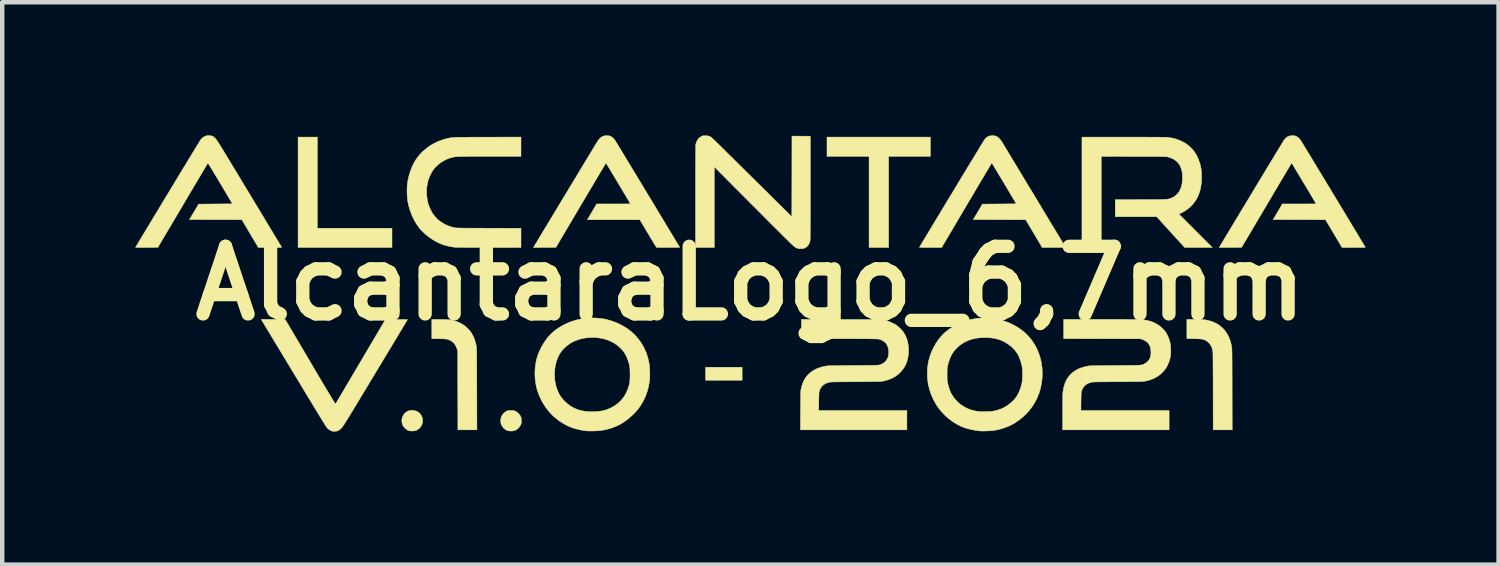
<source format=kicad_pcb>
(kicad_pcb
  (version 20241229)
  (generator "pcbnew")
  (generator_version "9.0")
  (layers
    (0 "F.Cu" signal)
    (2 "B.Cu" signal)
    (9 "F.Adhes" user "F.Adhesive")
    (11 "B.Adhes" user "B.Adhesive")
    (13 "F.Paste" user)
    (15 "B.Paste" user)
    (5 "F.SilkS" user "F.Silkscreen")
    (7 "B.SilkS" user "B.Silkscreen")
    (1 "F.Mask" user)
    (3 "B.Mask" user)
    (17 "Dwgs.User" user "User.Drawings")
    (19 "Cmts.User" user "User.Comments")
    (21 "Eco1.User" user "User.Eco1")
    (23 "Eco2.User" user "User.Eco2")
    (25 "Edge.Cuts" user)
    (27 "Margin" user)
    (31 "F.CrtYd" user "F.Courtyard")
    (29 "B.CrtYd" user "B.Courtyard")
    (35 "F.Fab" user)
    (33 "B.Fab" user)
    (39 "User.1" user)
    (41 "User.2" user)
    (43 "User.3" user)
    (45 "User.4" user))
  (footprint "AlcantaraLogo_6,7mm"
    (layer "F.Cu")
    (at 13.862 3.336)
    (property "Reference" "AlcantaraLogo_6,7mm" (at 0 0 0) (layer "F.SilkS") (effects (font (size 1.524 1.524) (thickness 0.3))))
    (attr through_hole)
    (fp_poly (pts (xy -0.186 2.184) (xy -1.01 2.184) (xy -1.01 1.891) (xy -0.186 1.891) (xy -0.186 2.184)) (stroke (width 0.01) (type solid)) (fill yes) (layer "F.SilkS"))
    (fp_poly (pts (xy -9.759 -1.242) (xy -8.077 -1.242) (xy -8.077 -0.807) (xy -10.194 -0.807) (xy -10.194 -3.296) (xy -9.759 -3.296) (xy -9.759 -1.242)) (stroke (width 0.01) (type solid)) (fill yes) (layer "F.SilkS"))
    (fp_poly (pts (xy 4.058 -2.862) (xy 3.116 -2.862) (xy 3.116 -0.807) (xy 2.675 -0.807) (xy 2.675 -2.862) (xy 1.727 -2.862) (xy 1.727 -3.296) (xy 4.058 -3.296) (xy 4.058 -2.862)) (stroke (width 0.01) (type solid)) (fill yes) (layer "F.SilkS"))
    (fp_poly (pts (xy -7.571 2.867) (xy -7.523 2.882) (xy -7.481 2.906) (xy -7.445 2.938) (xy -7.417 2.977) (xy -7.397 3.023) (xy -7.389 3.059) (xy -7.386 3.11) (xy -7.394 3.159) (xy -7.412 3.204) (xy -7.439 3.245) (xy -7.474 3.279) (xy -7.516 3.306) (xy -7.538 3.316) (xy -7.555 3.322) (xy -7.574 3.326) (xy -7.597 3.327) (xy -7.61 3.328) (xy -7.636 3.328) (xy -7.66 3.327) (xy -7.679 3.325) (xy -7.684 3.324) (xy -7.722 3.31) (xy -7.759 3.286) (xy -7.793 3.256) (xy -7.821 3.221) (xy -7.831 3.204) (xy -7.848 3.16) (xy -7.856 3.112) (xy -7.854 3.063) (xy -7.843 3.016) (xy -7.822 2.973) (xy -7.805 2.948) (xy -7.769 2.911) (xy -7.73 2.885) (xy -7.686 2.869) (xy -7.637 2.862) (xy -7.623 2.862) (xy -7.571 2.867)) (stroke (width 0.01) (type solid)) (fill yes) (layer "F.SilkS"))
    (fp_poly (pts (xy -5.367 2.865) (xy -5.347 2.866) (xy -5.331 2.868) (xy -5.317 2.872) (xy -5.301 2.879) (xy -5.294 2.882) (xy -5.253 2.908) (xy -5.217 2.941) (xy -5.188 2.981) (xy -5.179 2.997) (xy -5.172 3.014) (xy -5.166 3.029) (xy -5.164 3.044) (xy -5.162 3.063) (xy -5.162 3.089) (xy -5.162 3.096) (xy -5.162 3.124) (xy -5.163 3.144) (xy -5.166 3.16) (xy -5.17 3.174) (xy -5.177 3.189) (xy -5.18 3.195) (xy -5.202 3.231) (xy -5.23 3.264) (xy -5.262 3.291) (xy -5.274 3.299) (xy -5.314 3.317) (xy -5.359 3.327) (xy -5.407 3.329) (xy -5.453 3.324) (xy -5.474 3.318) (xy -5.515 3.3) (xy -5.552 3.272) (xy -5.583 3.235) (xy -5.608 3.193) (xy -5.616 3.175) (xy -5.624 3.142) (xy -5.627 3.104) (xy -5.626 3.064) (xy -5.619 3.028) (xy -5.619 3.025) (xy -5.6 2.981) (xy -5.572 2.941) (xy -5.537 2.907) (xy -5.496 2.881) (xy -5.493 2.88) (xy -5.478 2.873) (xy -5.464 2.869) (xy -5.448 2.866) (xy -5.428 2.865) (xy -5.399 2.865) (xy -5.396 2.865) (xy -5.367 2.865)) (stroke (width 0.01) (type solid)) (fill yes) (layer "F.SilkS"))
    (fp_poly (pts (xy -6.989 0.814) (xy -6.931 0.815) (xy -6.883 0.816) (xy -6.844 0.818) (xy -6.812 0.819) (xy -6.786 0.821) (xy -6.765 0.824) (xy -6.749 0.826) (xy -6.658 0.848) (xy -6.575 0.878) (xy -6.5 0.916) (xy -6.432 0.961) (xy -6.371 1.016) (xy -6.316 1.078) (xy -6.29 1.115) (xy -6.251 1.183) (xy -6.218 1.259) (xy -6.193 1.343) (xy -6.179 1.403) (xy -6.178 1.411) (xy -6.176 1.419) (xy -6.175 1.427) (xy -6.174 1.437) (xy -6.173 1.448) (xy -6.172 1.461) (xy -6.171 1.476) (xy -6.17 1.495) (xy -6.17 1.517) (xy -6.169 1.544) (xy -6.168 1.576) (xy -6.168 1.612) (xy -6.168 1.655) (xy -6.167 1.704) (xy -6.167 1.76) (xy -6.167 1.824) (xy -6.166 1.895) (xy -6.166 1.975) (xy -6.166 2.065) (xy -6.166 2.164) (xy -6.166 2.273) (xy -6.165 2.383) (xy -6.163 3.302) (xy -6.592 3.302) (xy -6.594 2.417) (xy -6.596 1.532) (xy -6.608 1.488) (xy -6.63 1.429) (xy -6.659 1.377) (xy -6.696 1.334) (xy -6.74 1.3) (xy -6.792 1.273) (xy -6.827 1.261) (xy -6.84 1.258) (xy -6.856 1.256) (xy -6.876 1.254) (xy -6.902 1.252) (xy -6.935 1.251) (xy -6.977 1.25) (xy -7.02 1.249) (xy -7.18 1.246) (xy -7.18 0.812) (xy -6.989 0.814)) (stroke (width 0.01) (type solid)) (fill yes) (layer "F.SilkS"))
    (fp_poly (pts (xy 10.032 0.814) (xy 10.085 0.815) (xy 10.129 0.816) (xy 10.165 0.817) (xy 10.194 0.818) (xy 10.218 0.819) (xy 10.238 0.821) (xy 10.256 0.824) (xy 10.274 0.827) (xy 10.285 0.829) (xy 10.369 0.85) (xy 10.444 0.876) (xy 10.512 0.909) (xy 10.574 0.949) (xy 10.584 0.956) (xy 10.647 1.011) (xy 10.702 1.072) (xy 10.748 1.142) (xy 10.787 1.219) (xy 10.819 1.304) (xy 10.842 1.397) (xy 10.844 1.408) (xy 10.846 1.416) (xy 10.847 1.424) (xy 10.849 1.433) (xy 10.85 1.442) (xy 10.851 1.453) (xy 10.852 1.466) (xy 10.853 1.482) (xy 10.853 1.5) (xy 10.854 1.523) (xy 10.855 1.549) (xy 10.855 1.581) (xy 10.856 1.617) (xy 10.856 1.66) (xy 10.856 1.709) (xy 10.857 1.765) (xy 10.857 1.828) (xy 10.857 1.899) (xy 10.857 1.98) (xy 10.858 2.069) (xy 10.858 2.168) (xy 10.858 2.277) (xy 10.858 2.386) (xy 10.86 3.302) (xy 10.431 3.302) (xy 10.429 2.42) (xy 10.429 2.303) (xy 10.429 2.197) (xy 10.429 2.1) (xy 10.428 2.014) (xy 10.428 1.937) (xy 10.428 1.868) (xy 10.428 1.807) (xy 10.427 1.754) (xy 10.427 1.707) (xy 10.426 1.667) (xy 10.426 1.633) (xy 10.425 1.604) (xy 10.425 1.58) (xy 10.424 1.561) (xy 10.423 1.544) (xy 10.422 1.531) (xy 10.421 1.521) (xy 10.42 1.513) (xy 10.419 1.506) (xy 10.418 1.5) (xy 10.417 1.499) (xy 10.398 1.44) (xy 10.371 1.389) (xy 10.338 1.345) (xy 10.299 1.31) (xy 10.269 1.291) (xy 10.248 1.28) (xy 10.229 1.272) (xy 10.21 1.265) (xy 10.19 1.26) (xy 10.167 1.256) (xy 10.14 1.254) (xy 10.107 1.252) (xy 10.066 1.25) (xy 10.015 1.249) (xy 10.001 1.249) (xy 9.838 1.246) (xy 9.838 0.812) (xy 10.032 0.814)) (stroke (width 0.01) (type solid)) (fill yes) (layer "F.SilkS"))
    (fp_poly (pts (xy 8.549 -3.296) (xy 8.678 -3.296) (xy 8.797 -3.296) (xy 8.906 -3.296) (xy 9.004 -3.295) (xy 9.092 -3.295) (xy 9.17 -3.295) (xy 9.236 -3.294) (xy 9.292 -3.293) (xy 9.337 -3.293) (xy 9.372 -3.292) (xy 9.395 -3.291) (xy 9.404 -3.29) (xy 9.498 -3.276) (xy 9.59 -3.253) (xy 9.676 -3.222) (xy 9.758 -3.184) (xy 9.832 -3.138) (xy 9.898 -3.086) (xy 9.955 -3.03) (xy 10.003 -2.972) (xy 10.045 -2.908) (xy 10.081 -2.836) (xy 10.102 -2.786) (xy 10.127 -2.716) (xy 10.146 -2.648) (xy 10.159 -2.58) (xy 10.167 -2.509) (xy 10.17 -2.432) (xy 10.17 -2.351) (xy 10.163 -2.252) (xy 10.15 -2.161) (xy 10.13 -2.076) (xy 10.102 -1.997) (xy 10.067 -1.922) (xy 10.027 -1.856) (xy 9.971 -1.782) (xy 9.908 -1.717) (xy 9.838 -1.66) (xy 9.76 -1.611) (xy 9.73 -1.596) (xy 9.658 -1.561) (xy 10.035 -1.184) (xy 10.411 -0.807) (xy 10.101 -0.807) (xy 9.79 -0.807) (xy 9.158 -1.501) (xy 8.691 -1.501) (xy 8.224 -1.501) (xy 8.224 -1.885) (xy 8.798 -1.887) (xy 8.893 -1.887) (xy 8.977 -1.887) (xy 9.051 -1.888) (xy 9.116 -1.888) (xy 9.173 -1.889) (xy 9.222 -1.889) (xy 9.264 -1.89) (xy 9.3 -1.891) (xy 9.33 -1.892) (xy 9.355 -1.893) (xy 9.377 -1.895) (xy 9.395 -1.896) (xy 9.41 -1.899) (xy 9.423 -1.901) (xy 9.435 -1.904) (xy 9.447 -1.908) (xy 9.459 -1.912) (xy 9.471 -1.916) (xy 9.479 -1.919) (xy 9.537 -1.944) (xy 9.587 -1.979) (xy 9.631 -2.022) (xy 9.668 -2.074) (xy 9.697 -2.135) (xy 9.72 -2.204) (xy 9.726 -2.232) (xy 9.733 -2.275) (xy 9.737 -2.325) (xy 9.739 -2.379) (xy 9.738 -2.433) (xy 9.734 -2.483) (xy 9.729 -2.52) (xy 9.71 -2.589) (xy 9.684 -2.651) (xy 9.649 -2.705) (xy 9.605 -2.751) (xy 9.554 -2.79) (xy 9.494 -2.821) (xy 9.426 -2.844) (xy 9.418 -2.846) (xy 9.41 -2.848) (xy 9.403 -2.849) (xy 9.395 -2.851) (xy 9.386 -2.852) (xy 9.376 -2.853) (xy 9.363 -2.854) (xy 9.348 -2.855) (xy 9.328 -2.856) (xy 9.305 -2.857) (xy 9.277 -2.857) (xy 9.244 -2.858) (xy 9.204 -2.858) (xy 9.159 -2.858) (xy 9.105 -2.859) (xy 9.045 -2.859) (xy 8.975 -2.859) (xy 8.897 -2.86) (xy 8.809 -2.86) (xy 8.711 -2.86) (xy 8.637 -2.86) (xy 7.908 -2.862) (xy 7.908 -0.807) (xy 7.473 -0.807) (xy 7.473 -3.296) (xy 8.41 -3.296) (xy 8.549 -3.296)) (stroke (width 0.01) (type solid)) (fill yes) (layer "F.SilkS"))
    (fp_poly (pts (xy 5.516 -3.323) (xy 5.547 -3.313) (xy 5.574 -3.297) (xy 5.604 -3.271) (xy 5.634 -3.237) (xy 5.664 -3.196) (xy 5.674 -3.18) (xy 5.68 -3.17) (xy 5.691 -3.151) (xy 5.708 -3.123) (xy 5.73 -3.087) (xy 5.757 -3.043) (xy 5.788 -2.992) (xy 5.823 -2.934) (xy 5.862 -2.869) (xy 5.905 -2.798) (xy 5.951 -2.721) (xy 6 -2.64) (xy 6.053 -2.553) (xy 6.107 -2.463) (xy 6.164 -2.368) (xy 6.223 -2.27) (xy 6.284 -2.169) (xy 6.347 -2.066) (xy 6.41 -1.961) (xy 6.475 -1.854) (xy 6.54 -1.746) (xy 6.605 -1.638) (xy 6.671 -1.529) (xy 6.736 -1.42) (xy 6.801 -1.312) (xy 6.866 -1.206) (xy 6.927 -1.105) (xy 7.106 -0.807) (xy 6.578 -0.807) (xy 6.392 -1.12) (xy 6.206 -1.433) (xy 5.024 -1.437) (xy 5.23 -1.786) (xy 5.994 -1.792) (xy 5.719 -2.254) (xy 5.68 -2.32) (xy 5.642 -2.383) (xy 5.606 -2.442) (xy 5.573 -2.498) (xy 5.542 -2.549) (xy 5.515 -2.594) (xy 5.492 -2.633) (xy 5.472 -2.665) (xy 5.457 -2.69) (xy 5.447 -2.707) (xy 5.442 -2.714) (xy 5.441 -2.715) (xy 5.438 -2.71) (xy 5.43 -2.696) (xy 5.416 -2.673) (xy 5.397 -2.642) (xy 5.374 -2.603) (xy 5.346 -2.556) (xy 5.314 -2.503) (xy 5.279 -2.443) (xy 5.24 -2.377) (xy 5.197 -2.306) (xy 5.152 -2.23) (xy 5.104 -2.149) (xy 5.054 -2.063) (xy 5.001 -1.974) (xy 4.946 -1.882) (xy 4.89 -1.787) (xy 4.875 -1.761) (xy 4.311 -0.807) (xy 4.06 -0.807) (xy 3.999 -0.807) (xy 3.948 -0.807) (xy 3.907 -0.808) (xy 3.874 -0.808) (xy 3.849 -0.809) (xy 3.832 -0.81) (xy 3.82 -0.811) (xy 3.814 -0.812) (xy 3.812 -0.814) (xy 3.812 -0.815) (xy 3.815 -0.821) (xy 3.824 -0.836) (xy 3.838 -0.86) (xy 3.858 -0.893) (xy 3.882 -0.933) (xy 3.91 -0.98) (xy 3.942 -1.033) (xy 3.978 -1.093) (xy 4.017 -1.158) (xy 4.06 -1.229) (xy 4.105 -1.304) (xy 4.153 -1.383) (xy 4.203 -1.466) (xy 4.255 -1.552) (xy 4.308 -1.641) (xy 4.363 -1.731) (xy 4.418 -1.823) (xy 4.475 -1.917) (xy 4.532 -2.01) (xy 4.588 -2.104) (xy 4.645 -2.198) (xy 4.701 -2.291) (xy 4.756 -2.382) (xy 4.81 -2.471) (xy 4.863 -2.558) (xy 4.914 -2.642) (xy 4.962 -2.722) (xy 5.009 -2.798) (xy 5.053 -2.87) (xy 5.093 -2.937) (xy 5.131 -2.999) (xy 5.165 -3.054) (xy 5.194 -3.104) (xy 5.22 -3.146) (xy 5.241 -3.18) (xy 5.258 -3.207) (xy 5.269 -3.225) (xy 5.275 -3.234) (xy 5.276 -3.235) (xy 5.304 -3.269) (xy 5.331 -3.293) (xy 5.36 -3.31) (xy 5.387 -3.32) (xy 5.428 -3.328) (xy 5.473 -3.329) (xy 5.516 -3.323)) (stroke (width 0.01) (type solid)) (fill yes) (layer "F.SilkS"))
    (fp_poly (pts (xy -10.755 0.813) (xy -10.485 0.813) (xy -9.92 1.77) (xy -9.854 1.883) (xy -9.791 1.99) (xy -9.731 2.091) (xy -9.675 2.185) (xy -9.623 2.273) (xy -9.575 2.354) (xy -9.531 2.427) (xy -9.491 2.493) (xy -9.456 2.551) (xy -9.426 2.602) (xy -9.401 2.643) (xy -9.381 2.676) (xy -9.365 2.701) (xy -9.356 2.716) (xy -9.351 2.721) (xy -9.351 2.721) (xy -9.348 2.716) (xy -9.339 2.701) (xy -9.325 2.678) (xy -9.306 2.646) (xy -9.283 2.607) (xy -9.255 2.56) (xy -9.223 2.506) (xy -9.187 2.446) (xy -9.148 2.38) (xy -9.106 2.308) (xy -9.06 2.231) (xy -9.012 2.15) (xy -8.962 2.064) (xy -8.909 1.975) (xy -8.855 1.883) (xy -8.799 1.788) (xy -8.786 1.766) (xy -8.225 0.816) (xy -7.976 0.814) (xy -7.914 0.814) (xy -7.861 0.814) (xy -7.815 0.814) (xy -7.779 0.815) (xy -7.752 0.816) (xy -7.735 0.817) (xy -7.728 0.818) (xy -7.728 0.818) (xy -7.731 0.823) (xy -7.74 0.838) (xy -7.754 0.861) (xy -7.773 0.893) (xy -7.797 0.933) (xy -7.825 0.98) (xy -7.858 1.035) (xy -7.895 1.096) (xy -7.936 1.164) (xy -7.98 1.237) (xy -8.028 1.316) (xy -8.078 1.401) (xy -8.132 1.49) (xy -8.188 1.583) (xy -8.247 1.68) (xy -8.307 1.781) (xy -8.37 1.884) (xy -8.434 1.991) (xy -8.453 2.021) (xy -8.529 2.149) (xy -8.601 2.267) (xy -8.666 2.376) (xy -8.727 2.477) (xy -8.783 2.569) (xy -8.834 2.654) (xy -8.881 2.731) (xy -8.923 2.801) (xy -8.961 2.864) (xy -8.996 2.921) (xy -9.027 2.972) (xy -9.055 3.017) (xy -9.079 3.057) (xy -9.101 3.092) (xy -9.12 3.122) (xy -9.137 3.149) (xy -9.151 3.171) (xy -9.163 3.19) (xy -9.174 3.206) (xy -9.183 3.22) (xy -9.191 3.231) (xy -9.198 3.24) (xy -9.204 3.247) (xy -9.209 3.253) (xy -9.214 3.259) (xy -9.217 3.263) (xy -9.247 3.291) (xy -9.273 3.31) (xy -9.298 3.323) (xy -9.326 3.331) (xy -9.358 3.334) (xy -9.364 3.334) (xy -9.4 3.334) (xy -9.429 3.33) (xy -9.438 3.328) (xy -9.47 3.313) (xy -9.504 3.29) (xy -9.535 3.261) (xy -9.552 3.243) (xy -9.557 3.235) (xy -9.568 3.218) (xy -9.584 3.192) (xy -9.605 3.157) (xy -9.631 3.115) (xy -9.662 3.066) (xy -9.697 3.009) (xy -9.735 2.945) (xy -9.778 2.876) (xy -9.824 2.8) (xy -9.873 2.719) (xy -9.925 2.633) (xy -9.98 2.543) (xy -10.037 2.449) (xy -10.096 2.351) (xy -10.157 2.249) (xy -10.22 2.145) (xy -10.284 2.039) (xy -10.29 2.029) (xy -10.354 1.923) (xy -10.417 1.819) (xy -10.478 1.718) (xy -10.537 1.62) (xy -10.594 1.526) (xy -10.648 1.436) (xy -10.7 1.351) (xy -10.748 1.27) (xy -10.794 1.195) (xy -10.835 1.126) (xy -10.874 1.063) (xy -10.908 1.006) (xy -10.937 0.957) (xy -10.963 0.915) (xy -10.983 0.881) (xy -10.998 0.856) (xy -11.009 0.839) (xy -11.013 0.831) (xy -11.013 0.831) (xy -11.025 0.813) (xy -10.755 0.813)) (stroke (width 0.01) (type solid)) (fill yes) (layer "F.SilkS"))
    (fp_poly (pts (xy -3.206 -3.328) (xy -3.166 -3.32) (xy -3.13 -3.303) (xy -3.098 -3.278) (xy -3.097 -3.277) (xy -3.079 -3.258) (xy -3.061 -3.237) (xy -3.048 -3.22) (xy -3.043 -3.213) (xy -3.033 -3.196) (xy -3.018 -3.171) (xy -2.997 -3.137) (xy -2.972 -3.096) (xy -2.942 -3.047) (xy -2.908 -2.99) (xy -2.87 -2.928) (xy -2.828 -2.858) (xy -2.783 -2.783) (xy -2.734 -2.703) (xy -2.682 -2.617) (xy -2.628 -2.527) (xy -2.571 -2.433) (xy -2.512 -2.335) (xy -2.45 -2.234) (xy -2.388 -2.13) (xy -2.323 -2.023) (xy -2.31 -2.002) (xy -1.591 -0.81) (xy -1.85 -0.809) (xy -1.903 -0.808) (xy -1.952 -0.808) (xy -1.998 -0.808) (xy -2.037 -0.808) (xy -2.069 -0.808) (xy -2.094 -0.809) (xy -2.109 -0.809) (xy -2.114 -0.809) (xy -2.118 -0.815) (xy -2.127 -0.829) (xy -2.141 -0.851) (xy -2.159 -0.88) (xy -2.181 -0.916) (xy -2.206 -0.957) (xy -2.234 -1.003) (xy -2.264 -1.053) (xy -2.296 -1.107) (xy -2.306 -1.123) (xy -2.491 -1.434) (xy -3.674 -1.434) (xy -3.569 -1.611) (xy -3.464 -1.789) (xy -3.084 -1.789) (xy -3.02 -1.789) (xy -2.959 -1.789) (xy -2.902 -1.79) (xy -2.851 -1.79) (xy -2.806 -1.79) (xy -2.767 -1.791) (xy -2.737 -1.791) (xy -2.716 -1.791) (xy -2.705 -1.792) (xy -2.704 -1.792) (xy -2.707 -1.798) (xy -2.715 -1.812) (xy -2.728 -1.834) (xy -2.745 -1.864) (xy -2.766 -1.9) (xy -2.791 -1.941) (xy -2.818 -1.987) (xy -2.848 -2.037) (xy -2.88 -2.091) (xy -2.913 -2.146) (xy -2.947 -2.203) (xy -2.981 -2.261) (xy -3.016 -2.319) (xy -3.05 -2.375) (xy -3.083 -2.43) (xy -3.114 -2.483) (xy -3.144 -2.532) (xy -3.171 -2.577) (xy -3.195 -2.616) (xy -3.216 -2.65) (xy -3.232 -2.678) (xy -3.245 -2.698) (xy -3.252 -2.709) (xy -3.254 -2.712) (xy -3.257 -2.707) (xy -3.266 -2.693) (xy -3.28 -2.671) (xy -3.299 -2.639) (xy -3.322 -2.6) (xy -3.35 -2.554) (xy -3.382 -2.501) (xy -3.417 -2.441) (xy -3.456 -2.375) (xy -3.499 -2.304) (xy -3.544 -2.227) (xy -3.592 -2.146) (xy -3.643 -2.061) (xy -3.696 -1.972) (xy -3.75 -1.88) (xy -3.806 -1.785) (xy -3.821 -1.761) (xy -4.383 -0.81) (xy -4.636 -0.809) (xy -4.889 -0.807) (xy -4.882 -0.82) (xy -4.878 -0.827) (xy -4.868 -0.843) (xy -4.853 -0.868) (xy -4.833 -0.901) (xy -4.809 -0.941) (xy -4.78 -0.989) (xy -4.748 -1.043) (xy -4.711 -1.104) (xy -4.672 -1.17) (xy -4.629 -1.241) (xy -4.583 -1.316) (xy -4.535 -1.396) (xy -4.485 -1.479) (xy -4.433 -1.565) (xy -4.38 -1.653) (xy -4.325 -1.744) (xy -4.27 -1.836) (xy -4.214 -1.929) (xy -4.157 -2.022) (xy -4.101 -2.115) (xy -4.045 -2.208) (xy -3.99 -2.299) (xy -3.935 -2.389) (xy -3.882 -2.477) (xy -3.831 -2.563) (xy -3.781 -2.645) (xy -3.734 -2.723) (xy -3.689 -2.797) (xy -3.647 -2.867) (xy -3.608 -2.931) (xy -3.572 -2.99) (xy -3.54 -3.043) (xy -3.513 -3.088) (xy -3.489 -3.127) (xy -3.471 -3.158) (xy -3.457 -3.18) (xy -3.448 -3.194) (xy -3.446 -3.198) (xy -3.415 -3.241) (xy -3.384 -3.275) (xy -3.353 -3.3) (xy -3.32 -3.316) (xy -3.282 -3.326) (xy -3.254 -3.329) (xy -3.206 -3.328)) (stroke (width 0.01) (type solid)) (fill yes) (layer "F.SilkS"))
    (fp_poly (pts (xy -0.987 -3.327) (xy -0.967 -3.326) (xy -0.951 -3.322) (xy -0.934 -3.317) (xy -0.914 -3.308) (xy -0.91 -3.306) (xy -0.907 -3.305) (xy -0.904 -3.304) (xy -0.901 -3.303) (xy -0.898 -3.302) (xy -0.895 -3.301) (xy -0.891 -3.298) (xy -0.886 -3.295) (xy -0.88 -3.29) (xy -0.872 -3.283) (xy -0.863 -3.275) (xy -0.851 -3.264) (xy -0.837 -3.251) (xy -0.82 -3.235) (xy -0.8 -3.216) (xy -0.777 -3.193) (xy -0.75 -3.167) (xy -0.719 -3.137) (xy -0.685 -3.103) (xy -0.645 -3.064) (xy -0.601 -3.021) (xy -0.552 -2.972) (xy -0.498 -2.918) (xy -0.438 -2.859) (xy -0.372 -2.794) (xy -0.3 -2.722) (xy -0.221 -2.644) (xy -0.136 -2.56) (xy -0.043 -2.468) (xy 0.057 -2.369) (xy 0.164 -2.263) (xy 0.195 -2.233) (xy 0.934 -1.5) (xy 0.936 -2.41) (xy 0.937 -3.319) (xy 1.352 -3.316) (xy 1.352 -2.148) (xy 1.352 -2.009) (xy 1.352 -1.882) (xy 1.352 -1.765) (xy 1.352 -1.658) (xy 1.352 -1.56) (xy 1.351 -1.472) (xy 1.351 -1.392) (xy 1.351 -1.321) (xy 1.351 -1.257) (xy 1.35 -1.201) (xy 1.35 -1.152) (xy 1.35 -1.109) (xy 1.349 -1.072) (xy 1.349 -1.041) (xy 1.348 -1.016) (xy 1.348 -0.995) (xy 1.347 -0.978) (xy 1.346 -0.965) (xy 1.345 -0.956) (xy 1.344 -0.95) (xy 1.344 -0.948) (xy 1.327 -0.9) (xy 1.303 -0.859) (xy 1.272 -0.825) (xy 1.236 -0.8) (xy 1.231 -0.798) (xy 1.212 -0.79) (xy 1.192 -0.785) (xy 1.168 -0.782) (xy 1.149 -0.781) (xy 1.123 -0.781) (xy 1.099 -0.782) (xy 1.08 -0.784) (xy 1.076 -0.785) (xy 1.06 -0.79) (xy 1.039 -0.799) (xy 1.016 -0.81) (xy 1.016 -0.81) (xy 1.011 -0.813) (xy 1.005 -0.817) (xy 0.998 -0.823) (xy 0.989 -0.83) (xy 0.978 -0.839) (xy 0.965 -0.851) (xy 0.95 -0.865) (xy 0.931 -0.882) (xy 0.91 -0.903) (xy 0.884 -0.928) (xy 0.855 -0.956) (xy 0.822 -0.989) (xy 0.783 -1.027) (xy 0.74 -1.07) (xy 0.692 -1.118) (xy 0.638 -1.172) (xy 0.578 -1.232) (xy 0.511 -1.298) (xy 0.438 -1.371) (xy 0.358 -1.451) (xy 0.271 -1.539) (xy 0.194 -1.616) (xy 0.114 -1.697) (xy 0.034 -1.776) (xy -0.043 -1.854) (xy -0.119 -1.93) (xy -0.192 -2.003) (xy -0.262 -2.073) (xy -0.329 -2.14) (xy -0.392 -2.203) (xy -0.45 -2.262) (xy -0.504 -2.316) (xy -0.552 -2.365) (xy -0.595 -2.408) (xy -0.632 -2.445) (xy -0.662 -2.475) (xy -0.685 -2.498) (xy -0.701 -2.514) (xy -0.701 -2.515) (xy -0.813 -2.627) (xy -0.813 -1.717) (xy -0.813 -0.807) (xy -1.236 -0.807) (xy -1.236 -1.955) (xy -1.236 -2.085) (xy -1.236 -2.209) (xy -1.236 -2.327) (xy -1.236 -2.438) (xy -1.236 -2.543) (xy -1.235 -2.64) (xy -1.235 -2.73) (xy -1.235 -2.811) (xy -1.234 -2.885) (xy -1.234 -2.949) (xy -1.233 -3.005) (xy -1.233 -3.051) (xy -1.232 -3.086) (xy -1.232 -3.112) (xy -1.231 -3.127) (xy -1.231 -3.131) (xy -1.216 -3.183) (xy -1.193 -3.229) (xy -1.163 -3.268) (xy -1.126 -3.298) (xy -1.109 -3.308) (xy -1.091 -3.317) (xy -1.076 -3.323) (xy -1.061 -3.326) (xy -1.043 -3.327) (xy -1.017 -3.327) (xy -1.014 -3.327) (xy -0.987 -3.327)) (stroke (width 0.01) (type solid)) (fill yes) (layer "F.SilkS"))
    (fp_poly (pts (xy -5.17 -2.862) (xy -5.864 -2.862) (xy -5.973 -2.862) (xy -6.07 -2.862) (xy -6.158 -2.862) (xy -6.237 -2.861) (xy -6.307 -2.861) (xy -6.368 -2.861) (xy -6.423 -2.86) (xy -6.47 -2.86) (xy -6.511 -2.859) (xy -6.547 -2.858) (xy -6.578 -2.856) (xy -6.605 -2.855) (xy -6.628 -2.853) (xy -6.648 -2.852) (xy -6.666 -2.849) (xy -6.683 -2.847) (xy -6.698 -2.844) (xy -6.713 -2.841) (xy -6.725 -2.838) (xy -6.799 -2.816) (xy -6.872 -2.785) (xy -6.942 -2.745) (xy -7.009 -2.699) (xy -7.07 -2.647) (xy -7.123 -2.59) (xy -7.159 -2.542) (xy -7.182 -2.503) (xy -7.206 -2.458) (xy -7.229 -2.409) (xy -7.248 -2.361) (xy -7.258 -2.334) (xy -7.278 -2.255) (xy -7.292 -2.171) (xy -7.297 -2.083) (xy -7.295 -1.994) (xy -7.286 -1.906) (xy -7.269 -1.822) (xy -7.255 -1.774) (xy -7.241 -1.735) (xy -7.222 -1.69) (xy -7.2 -1.645) (xy -7.176 -1.601) (xy -7.154 -1.565) (xy -7.152 -1.561) (xy -7.099 -1.494) (xy -7.039 -1.433) (xy -6.97 -1.38) (xy -6.893 -1.334) (xy -6.81 -1.296) (xy -6.72 -1.267) (xy -6.684 -1.258) (xy -6.676 -1.256) (xy -6.668 -1.254) (xy -6.66 -1.253) (xy -6.651 -1.251) (xy -6.64 -1.25) (xy -6.627 -1.249) (xy -6.611 -1.248) (xy -6.592 -1.248) (xy -6.568 -1.247) (xy -6.54 -1.246) (xy -6.507 -1.246) (xy -6.467 -1.245) (xy -6.422 -1.245) (xy -6.368 -1.245) (xy -6.308 -1.244) (xy -6.238 -1.244) (xy -6.16 -1.244) (xy -6.072 -1.244) (xy -5.974 -1.243) (xy -5.9 -1.243) (xy -5.17 -1.241) (xy -5.17 -0.807) (xy -5.897 -0.808) (xy -5.987 -0.808) (xy -6.074 -0.808) (xy -6.158 -0.809) (xy -6.237 -0.809) (xy -6.311 -0.809) (xy -6.38 -0.809) (xy -6.442 -0.809) (xy -6.497 -0.81) (xy -6.544 -0.81) (xy -6.583 -0.81) (xy -6.613 -0.81) (xy -6.633 -0.811) (xy -6.643 -0.811) (xy -6.644 -0.811) (xy -6.724 -0.822) (xy -6.809 -0.839) (xy -6.892 -0.861) (xy -6.94 -0.876) (xy -7.013 -0.905) (xy -7.089 -0.943) (xy -7.165 -0.989) (xy -7.24 -1.041) (xy -7.312 -1.097) (xy -7.378 -1.157) (xy -7.437 -1.219) (xy -7.463 -1.251) (xy -7.524 -1.336) (xy -7.579 -1.429) (xy -7.627 -1.53) (xy -7.667 -1.635) (xy -7.7 -1.744) (xy -7.722 -1.846) (xy -7.727 -1.887) (xy -7.732 -1.937) (xy -7.736 -1.992) (xy -7.738 -2.049) (xy -7.738 -2.106) (xy -7.737 -2.159) (xy -7.735 -2.205) (xy -7.733 -2.219) (xy -7.717 -2.329) (xy -7.691 -2.44) (xy -7.657 -2.547) (xy -7.614 -2.651) (xy -7.575 -2.728) (xy -7.521 -2.814) (xy -7.458 -2.895) (xy -7.386 -2.97) (xy -7.306 -3.039) (xy -7.22 -3.101) (xy -7.128 -3.155) (xy -7.032 -3.201) (xy -6.931 -3.238) (xy -6.855 -3.259) (xy -6.835 -3.263) (xy -6.817 -3.268) (xy -6.8 -3.272) (xy -6.783 -3.275) (xy -6.767 -3.278) (xy -6.75 -3.281) (xy -6.732 -3.283) (xy -6.711 -3.285) (xy -6.689 -3.287) (xy -6.662 -3.289) (xy -6.633 -3.29) (xy -6.598 -3.291) (xy -6.558 -3.292) (xy -6.513 -3.292) (xy -6.461 -3.293) (xy -6.402 -3.293) (xy -6.335 -3.294) (xy -6.26 -3.294) (xy -6.176 -3.294) (xy -6.082 -3.295) (xy -5.978 -3.295) (xy -5.922 -3.295) (xy -5.17 -3.297) (xy -5.17 -2.862)) (stroke (width 0.01) (type solid)) (fill yes) (layer "F.SilkS"))
    (fp_poly (pts (xy -12.166 -3.327) (xy -12.139 -3.321) (xy -12.123 -3.316) (xy -12.109 -3.31) (xy -12.096 -3.3) (xy -12.08 -3.286) (xy -12.06 -3.266) (xy -12.055 -3.261) (xy -12.05 -3.255) (xy -12.045 -3.249) (xy -12.039 -3.242) (xy -12.032 -3.233) (xy -12.025 -3.223) (xy -12.016 -3.21) (xy -12.006 -3.195) (xy -11.994 -3.176) (xy -11.98 -3.155) (xy -11.964 -3.13) (xy -11.946 -3.1) (xy -11.925 -3.067) (xy -11.901 -3.028) (xy -11.875 -2.985) (xy -11.845 -2.936) (xy -11.811 -2.881) (xy -11.774 -2.819) (xy -11.733 -2.752) (xy -11.688 -2.677) (xy -11.638 -2.595) (xy -11.584 -2.505) (xy -11.524 -2.407) (xy -11.46 -2.3) (xy -11.391 -2.185) (xy -11.316 -2.061) (xy -11.293 -2.024) (xy -11.229 -1.917) (xy -11.166 -1.812) (xy -11.104 -1.71) (xy -11.045 -1.612) (xy -10.988 -1.518) (xy -10.934 -1.427) (xy -10.882 -1.341) (xy -10.833 -1.261) (xy -10.788 -1.185) (xy -10.746 -1.115) (xy -10.707 -1.052) (xy -10.673 -0.995) (xy -10.643 -0.946) (xy -10.618 -0.903) (xy -10.597 -0.869) (xy -10.581 -0.843) (xy -10.571 -0.826) (xy -10.566 -0.818) (xy -10.566 -0.817) (xy -10.565 -0.815) (xy -10.566 -0.813) (xy -10.57 -0.811) (xy -10.577 -0.81) (xy -10.59 -0.809) (xy -10.607 -0.808) (xy -10.631 -0.808) (xy -10.663 -0.808) (xy -10.703 -0.807) (xy -10.752 -0.807) (xy -10.811 -0.807) (xy -10.824 -0.807) (xy -11.089 -0.807) (xy -11.461 -1.434) (xy -12.642 -1.437) (xy -12.539 -1.611) (xy -12.436 -1.786) (xy -12.054 -1.789) (xy -11.673 -1.792) (xy -11.947 -2.254) (xy -11.996 -2.336) (xy -12.041 -2.411) (xy -12.082 -2.478) (xy -12.117 -2.537) (xy -12.148 -2.588) (xy -12.175 -2.63) (xy -12.196 -2.664) (xy -12.212 -2.689) (xy -12.222 -2.704) (xy -12.227 -2.71) (xy -12.227 -2.71) (xy -12.231 -2.705) (xy -12.24 -2.69) (xy -12.254 -2.667) (xy -12.273 -2.635) (xy -12.296 -2.596) (xy -12.324 -2.549) (xy -12.356 -2.495) (xy -12.392 -2.435) (xy -12.431 -2.368) (xy -12.474 -2.297) (xy -12.519 -2.22) (xy -12.567 -2.139) (xy -12.618 -2.054) (xy -12.671 -1.965) (xy -12.725 -1.872) (xy -12.781 -1.778) (xy -12.793 -1.757) (xy -13.354 -0.81) (xy -13.605 -0.809) (xy -13.657 -0.808) (xy -13.706 -0.808) (xy -13.75 -0.808) (xy -13.787 -0.808) (xy -13.818 -0.809) (xy -13.841 -0.809) (xy -13.854 -0.81) (xy -13.857 -0.81) (xy -13.854 -0.815) (xy -13.846 -0.83) (xy -13.832 -0.853) (xy -13.813 -0.884) (xy -13.79 -0.923) (xy -13.763 -0.969) (xy -13.731 -1.022) (xy -13.695 -1.081) (xy -13.657 -1.146) (xy -13.615 -1.215) (xy -13.57 -1.29) (xy -13.522 -1.368) (xy -13.473 -1.451) (xy -13.421 -1.536) (xy -13.368 -1.624) (xy -13.313 -1.714) (xy -13.258 -1.806) (xy -13.202 -1.899) (xy -13.145 -1.993) (xy -13.088 -2.087) (xy -13.032 -2.181) (xy -12.975 -2.273) (xy -12.92 -2.365) (xy -12.866 -2.454) (xy -12.813 -2.542) (xy -12.762 -2.626) (xy -12.712 -2.707) (xy -12.666 -2.784) (xy -12.621 -2.857) (xy -12.58 -2.926) (xy -12.542 -2.988) (xy -12.507 -3.045) (xy -12.476 -3.096) (xy -12.449 -3.14) (xy -12.427 -3.177) (xy -12.409 -3.205) (xy -12.396 -3.226) (xy -12.389 -3.237) (xy -12.387 -3.24) (xy -12.351 -3.278) (xy -12.31 -3.306) (xy -12.266 -3.324) (xy -12.217 -3.331) (xy -12.166 -3.327)) (stroke (width 0.01) (type solid)) (fill yes) (layer "F.SilkS"))
    (fp_poly (pts (xy 12.282 -3.322) (xy 12.315 -3.307) (xy 12.347 -3.284) (xy 12.35 -3.281) (xy 12.37 -3.262) (xy 12.388 -3.242) (xy 12.403 -3.224) (xy 12.403 -3.224) (xy 12.407 -3.217) (xy 12.417 -3.202) (xy 12.431 -3.178) (xy 12.451 -3.145) (xy 12.476 -3.105) (xy 12.504 -3.058) (xy 12.537 -3.004) (xy 12.573 -2.944) (xy 12.613 -2.879) (xy 12.656 -2.808) (xy 12.701 -2.733) (xy 12.749 -2.654) (xy 12.799 -2.571) (xy 12.851 -2.485) (xy 12.905 -2.397) (xy 12.96 -2.306) (xy 13.015 -2.214) (xy 13.072 -2.121) (xy 13.128 -2.027) (xy 13.185 -1.933) (xy 13.242 -1.84) (xy 13.297 -1.748) (xy 13.352 -1.657) (xy 13.406 -1.568) (xy 13.458 -1.482) (xy 13.508 -1.398) (xy 13.556 -1.319) (xy 13.602 -1.243) (xy 13.645 -1.172) (xy 13.685 -1.106) (xy 13.721 -1.045) (xy 13.754 -0.99) (xy 13.783 -0.942) (xy 13.808 -0.901) (xy 13.828 -0.868) (xy 13.843 -0.843) (xy 13.853 -0.826) (xy 13.857 -0.818) (xy 13.858 -0.816) (xy 13.858 -0.814) (xy 13.856 -0.812) (xy 13.85 -0.81) (xy 13.84 -0.809) (xy 13.825 -0.809) (xy 13.804 -0.808) (xy 13.777 -0.808) (xy 13.741 -0.807) (xy 13.696 -0.807) (xy 13.642 -0.807) (xy 13.599 -0.807) (xy 13.335 -0.808) (xy 12.963 -1.434) (xy 12.373 -1.435) (xy 11.782 -1.437) (xy 11.886 -1.613) (xy 11.99 -1.789) (xy 12.37 -1.789) (xy 12.435 -1.789) (xy 12.496 -1.789) (xy 12.552 -1.79) (xy 12.604 -1.79) (xy 12.649 -1.79) (xy 12.687 -1.79) (xy 12.717 -1.791) (xy 12.738 -1.791) (xy 12.749 -1.791) (xy 12.751 -1.792) (xy 12.748 -1.797) (xy 12.74 -1.811) (xy 12.727 -1.834) (xy 12.71 -1.863) (xy 12.688 -1.899) (xy 12.664 -1.94) (xy 12.636 -1.987) (xy 12.607 -2.037) (xy 12.575 -2.09) (xy 12.542 -2.146) (xy 12.508 -2.203) (xy 12.473 -2.26) (xy 12.438 -2.318) (xy 12.404 -2.375) (xy 12.371 -2.43) (xy 12.34 -2.482) (xy 12.31 -2.531) (xy 12.283 -2.576) (xy 12.259 -2.616) (xy 12.239 -2.65) (xy 12.222 -2.678) (xy 12.21 -2.698) (xy 12.202 -2.709) (xy 12.2 -2.712) (xy 12.197 -2.707) (xy 12.188 -2.693) (xy 12.174 -2.671) (xy 12.156 -2.639) (xy 12.132 -2.6) (xy 12.104 -2.554) (xy 12.072 -2.501) (xy 12.037 -2.441) (xy 11.998 -2.375) (xy 11.955 -2.304) (xy 11.91 -2.227) (xy 11.862 -2.146) (xy 11.811 -2.061) (xy 11.759 -1.972) (xy 11.704 -1.88) (xy 11.648 -1.785) (xy 11.634 -1.761) (xy 11.071 -0.81) (xy 10.819 -0.809) (xy 10.767 -0.808) (xy 10.718 -0.808) (xy 10.674 -0.808) (xy 10.636 -0.808) (xy 10.606 -0.808) (xy 10.583 -0.809) (xy 10.57 -0.809) (xy 10.566 -0.809) (xy 10.569 -0.814) (xy 10.578 -0.828) (xy 10.591 -0.851) (xy 10.61 -0.882) (xy 10.633 -0.921) (xy 10.661 -0.967) (xy 10.692 -1.019) (xy 10.728 -1.078) (xy 10.766 -1.142) (xy 10.808 -1.212) (xy 10.853 -1.286) (xy 10.9 -1.364) (xy 10.949 -1.446) (xy 11.001 -1.531) (xy 11.053 -1.619) (xy 11.108 -1.708) (xy 11.163 -1.8) (xy 11.219 -1.892) (xy 11.275 -1.986) (xy 11.331 -2.079) (xy 11.387 -2.172) (xy 11.443 -2.264) (xy 11.498 -2.355) (xy 11.552 -2.444) (xy 11.604 -2.53) (xy 11.654 -2.614) (xy 11.703 -2.694) (xy 11.749 -2.77) (xy 11.793 -2.842) (xy 11.833 -2.91) (xy 11.871 -2.971) (xy 11.905 -3.027) (xy 11.935 -3.077) (xy 11.961 -3.119) (xy 11.982 -3.154) (xy 11.999 -3.182) (xy 12.01 -3.201) (xy 12.017 -3.211) (xy 12.017 -3.212) (xy 12.049 -3.254) (xy 12.082 -3.286) (xy 12.116 -3.308) (xy 12.154 -3.322) (xy 12.198 -3.329) (xy 12.198 -3.329) (xy 12.243 -3.329) (xy 12.282 -3.322)) (stroke (width 0.01) (type solid)) (fill yes) (layer "F.SilkS"))
    (fp_poly (pts (xy -3.458 0.783) (xy -3.37 0.792) (xy -3.286 0.805) (xy -3.26 0.81) (xy -3.153 0.839) (xy -3.046 0.876) (xy -2.943 0.922) (xy -2.846 0.975) (xy -2.794 1.007) (xy -2.74 1.046) (xy -2.692 1.083) (xy -2.647 1.122) (xy -2.602 1.166) (xy -2.596 1.172) (xy -2.521 1.258) (xy -2.455 1.35) (xy -2.399 1.448) (xy -2.352 1.552) (xy -2.315 1.662) (xy -2.287 1.777) (xy -2.277 1.838) (xy -2.272 1.879) (xy -2.269 1.928) (xy -2.267 1.983) (xy -2.266 2.039) (xy -2.267 2.095) (xy -2.269 2.148) (xy -2.273 2.195) (xy -2.277 2.224) (xy -2.298 2.339) (xy -2.328 2.447) (xy -2.365 2.548) (xy -2.396 2.616) (xy -2.438 2.695) (xy -2.482 2.766) (xy -2.531 2.832) (xy -2.586 2.897) (xy -2.65 2.962) (xy -2.652 2.964) (xy -2.741 3.044) (xy -2.833 3.114) (xy -2.927 3.173) (xy -3.027 3.222) (xy -3.131 3.262) (xy -3.241 3.293) (xy -3.358 3.316) (xy -3.358 3.316) (xy -3.389 3.32) (xy -3.429 3.323) (xy -3.474 3.325) (xy -3.522 3.327) (xy -3.571 3.328) (xy -3.618 3.328) (xy -3.66 3.327) (xy -3.695 3.325) (xy -3.706 3.324) (xy -3.731 3.321) (xy -3.763 3.316) (xy -3.798 3.31) (xy -3.833 3.303) (xy -3.839 3.302) (xy -3.947 3.276) (xy -4.048 3.242) (xy -4.145 3.199) (xy -4.237 3.147) (xy -4.328 3.086) (xy -4.417 3.013) (xy -4.44 2.994) (xy -4.512 2.921) (xy -4.58 2.839) (xy -4.643 2.75) (xy -4.699 2.655) (xy -4.747 2.556) (xy -4.788 2.454) (xy -4.818 2.354) (xy -4.84 2.246) (xy -4.852 2.135) (xy -4.854 2.099) (xy -4.413 2.099) (xy -4.407 2.181) (xy -4.394 2.26) (xy -4.374 2.336) (xy -4.365 2.365) (xy -4.339 2.433) (xy -4.311 2.493) (xy -4.279 2.547) (xy -4.24 2.598) (xy -4.194 2.65) (xy -4.193 2.65) (xy -4.123 2.715) (xy -4.048 2.769) (xy -3.967 2.814) (xy -3.883 2.849) (xy -3.794 2.873) (xy -3.792 2.873) (xy -3.705 2.887) (xy -3.613 2.894) (xy -3.518 2.894) (xy -3.454 2.89) (xy -3.367 2.879) (xy -3.287 2.862) (xy -3.213 2.838) (xy -3.141 2.806) (xy -3.07 2.766) (xy -3.046 2.75) (xy -2.974 2.697) (xy -2.911 2.635) (xy -2.855 2.565) (xy -2.808 2.487) (xy -2.769 2.403) (xy -2.758 2.371) (xy -2.745 2.332) (xy -2.734 2.297) (xy -2.726 2.264) (xy -2.72 2.231) (xy -2.716 2.195) (xy -2.714 2.155) (xy -2.713 2.108) (xy -2.712 2.055) (xy -2.713 2) (xy -2.714 1.954) (xy -2.716 1.915) (xy -2.72 1.88) (xy -2.726 1.847) (xy -2.734 1.814) (xy -2.744 1.779) (xy -2.758 1.738) (xy -2.76 1.73) (xy -2.786 1.663) (xy -2.814 1.605) (xy -2.847 1.552) (xy -2.886 1.502) (xy -2.929 1.456) (xy -2.997 1.397) (xy -3.072 1.346) (xy -3.154 1.303) (xy -3.241 1.269) (xy -3.334 1.243) (xy -3.432 1.227) (xy -3.533 1.22) (xy -3.604 1.221) (xy -3.71 1.23) (xy -3.81 1.249) (xy -3.903 1.277) (xy -3.99 1.313) (xy -4.07 1.359) (xy -4.144 1.413) (xy -4.2 1.466) (xy -4.241 1.51) (xy -4.274 1.553) (xy -4.302 1.597) (xy -4.327 1.644) (xy -4.35 1.699) (xy -4.363 1.735) (xy -4.384 1.804) (xy -4.399 1.872) (xy -4.408 1.943) (xy -4.412 2.009) (xy -4.413 2.099) (xy -4.854 2.099) (xy -4.856 2.022) (xy -4.851 1.909) (xy -4.837 1.799) (xy -4.817 1.705) (xy -4.787 1.609) (xy -4.747 1.512) (xy -4.698 1.416) (xy -4.642 1.323) (xy -4.579 1.236) (xy -4.556 1.207) (xy -4.488 1.135) (xy -4.411 1.067) (xy -4.326 1.005) (xy -4.233 0.95) (xy -4.134 0.901) (xy -4.031 0.86) (xy -3.923 0.826) (xy -3.812 0.801) (xy -3.716 0.787) (xy -3.635 0.78) (xy -3.548 0.779) (xy -3.458 0.783)) (stroke (width 0.01) (type solid)) (fill yes) (layer "F.SilkS"))
    (fp_poly (pts (xy 5.461 0.79) (xy 5.581 0.811) (xy 5.698 0.842) (xy 5.813 0.882) (xy 5.923 0.933) (xy 6.029 0.994) (xy 6.112 1.051) (xy 6.196 1.12) (xy 6.273 1.198) (xy 6.342 1.282) (xy 6.403 1.373) (xy 6.455 1.469) (xy 6.498 1.571) (xy 6.533 1.677) (xy 6.558 1.786) (xy 6.574 1.898) (xy 6.58 2.013) (xy 6.577 2.129) (xy 6.563 2.246) (xy 6.54 2.364) (xy 6.539 2.368) (xy 6.505 2.48) (xy 6.461 2.588) (xy 6.408 2.691) (xy 6.346 2.788) (xy 6.275 2.878) (xy 6.229 2.929) (xy 6.139 3.014) (xy 6.046 3.089) (xy 5.949 3.154) (xy 5.847 3.208) (xy 5.741 3.252) (xy 5.629 3.287) (xy 5.512 3.312) (xy 5.486 3.316) (xy 5.464 3.319) (xy 5.433 3.321) (xy 5.396 3.324) (xy 5.356 3.326) (xy 5.314 3.327) (xy 5.273 3.328) (xy 5.236 3.329) (xy 5.204 3.328) (xy 5.179 3.328) (xy 5.17 3.327) (xy 5.068 3.313) (xy 4.974 3.295) (xy 4.889 3.273) (xy 4.808 3.247) (xy 4.732 3.215) (xy 4.658 3.177) (xy 4.585 3.133) (xy 4.566 3.121) (xy 4.47 3.05) (xy 4.382 2.972) (xy 4.302 2.887) (xy 4.231 2.796) (xy 4.187 2.729) (xy 4.126 2.619) (xy 4.076 2.507) (xy 4.037 2.392) (xy 4.009 2.276) (xy 3.993 2.157) (xy 3.988 2.049) (xy 4.434 2.049) (xy 4.434 2.094) (xy 4.435 2.129) (xy 4.435 2.158) (xy 4.437 2.182) (xy 4.439 2.203) (xy 4.443 2.224) (xy 4.447 2.245) (xy 4.456 2.287) (xy 4.469 2.333) (xy 4.484 2.38) (xy 4.5 2.424) (xy 4.516 2.461) (xy 4.522 2.474) (xy 4.564 2.545) (xy 4.614 2.612) (xy 4.673 2.674) (xy 4.737 2.729) (xy 4.778 2.758) (xy 4.852 2.801) (xy 4.927 2.836) (xy 5.005 2.862) (xy 5.089 2.88) (xy 5.164 2.89) (xy 5.197 2.892) (xy 5.238 2.893) (xy 5.285 2.893) (xy 5.333 2.892) (xy 5.38 2.889) (xy 5.424 2.886) (xy 5.461 2.882) (xy 5.469 2.881) (xy 5.557 2.862) (xy 5.642 2.833) (xy 5.725 2.795) (xy 5.802 2.747) (xy 5.874 2.692) (xy 5.938 2.629) (xy 5.982 2.577) (xy 6.015 2.527) (xy 6.046 2.468) (xy 6.074 2.403) (xy 6.098 2.334) (xy 6.117 2.263) (xy 6.119 2.252) (xy 6.125 2.218) (xy 6.129 2.175) (xy 6.132 2.126) (xy 6.133 2.073) (xy 6.133 2.02) (xy 6.132 1.969) (xy 6.129 1.923) (xy 6.124 1.883) (xy 6.122 1.871) (xy 6.114 1.833) (xy 6.101 1.788) (xy 6.087 1.74) (xy 6.071 1.695) (xy 6.055 1.655) (xy 6.05 1.643) (xy 6.016 1.58) (xy 5.972 1.519) (xy 5.919 1.461) (xy 5.859 1.407) (xy 5.792 1.359) (xy 5.721 1.317) (xy 5.647 1.282) (xy 5.624 1.274) (xy 5.543 1.25) (xy 5.455 1.233) (xy 5.364 1.223) (xy 5.271 1.221) (xy 5.178 1.226) (xy 5.087 1.238) (xy 5 1.257) (xy 4.92 1.283) (xy 4.904 1.29) (xy 4.821 1.33) (xy 4.745 1.378) (xy 4.676 1.434) (xy 4.615 1.495) (xy 4.564 1.562) (xy 4.524 1.631) (xy 4.507 1.668) (xy 4.49 1.713) (xy 4.473 1.761) (xy 4.459 1.81) (xy 4.447 1.857) (xy 4.447 1.859) (xy 4.443 1.879) (xy 4.439 1.898) (xy 4.437 1.919) (xy 4.436 1.942) (xy 4.435 1.97) (xy 4.434 2.006) (xy 4.434 2.049) (xy 3.988 2.049) (xy 3.987 2.036) (xy 3.992 1.913) (xy 4 1.846) (xy 4.018 1.745) (xy 4.046 1.645) (xy 4.082 1.546) (xy 4.127 1.45) (xy 4.179 1.358) (xy 4.237 1.271) (xy 4.301 1.192) (xy 4.37 1.121) (xy 4.405 1.09) (xy 4.497 1.021) (xy 4.596 0.959) (xy 4.702 0.906) (xy 4.813 0.86) (xy 4.858 0.845) (xy 4.977 0.812) (xy 5.097 0.791) (xy 5.219 0.78) (xy 5.34 0.78) (xy 5.461 0.79)) (stroke (width 0.01) (type solid)) (fill yes) (layer "F.SilkS"))
    (fp_poly (pts (xy 7.932 0.813) (xy 8.052 0.813) (xy 8.161 0.813) (xy 8.26 0.813) (xy 8.35 0.813) (xy 8.43 0.813) (xy 8.501 0.814) (xy 8.565 0.814) (xy 8.62 0.814) (xy 8.669 0.815) (xy 8.71 0.815) (xy 8.746 0.816) (xy 8.776 0.816) (xy 8.801 0.817) (xy 8.822 0.818) (xy 8.838 0.819) (xy 8.851 0.82) (xy 8.861 0.821) (xy 8.862 0.821) (xy 8.957 0.838) (xy 9.044 0.864) (xy 9.125 0.899) (xy 9.198 0.942) (xy 9.265 0.994) (xy 9.325 1.055) (xy 9.343 1.077) (xy 9.379 1.13) (xy 9.411 1.192) (xy 9.438 1.26) (xy 9.459 1.333) (xy 9.463 1.349) (xy 9.468 1.378) (xy 9.471 1.415) (xy 9.474 1.457) (xy 9.476 1.501) (xy 9.476 1.544) (xy 9.475 1.583) (xy 9.473 1.615) (xy 9.472 1.621) (xy 9.455 1.707) (xy 9.428 1.788) (xy 9.393 1.865) (xy 9.35 1.934) (xy 9.298 1.997) (xy 9.252 2.041) (xy 9.192 2.087) (xy 9.129 2.126) (xy 9.061 2.157) (xy 8.986 2.183) (xy 8.903 2.203) (xy 8.896 2.205) (xy 8.887 2.206) (xy 8.876 2.208) (xy 8.864 2.209) (xy 8.848 2.21) (xy 8.829 2.211) (xy 8.806 2.212) (xy 8.778 2.213) (xy 8.744 2.214) (xy 8.703 2.214) (xy 8.656 2.215) (xy 8.601 2.216) (xy 8.537 2.216) (xy 8.464 2.217) (xy 8.382 2.217) (xy 8.289 2.218) (xy 8.28 2.218) (xy 8.188 2.219) (xy 8.106 2.219) (xy 8.034 2.22) (xy 7.971 2.22) (xy 7.916 2.221) (xy 7.87 2.221) (xy 7.83 2.222) (xy 7.797 2.222) (xy 7.77 2.223) (xy 7.747 2.224) (xy 7.729 2.225) (xy 7.714 2.226) (xy 7.703 2.227) (xy 7.693 2.228) (xy 7.685 2.23) (xy 7.678 2.232) (xy 7.67 2.234) (xy 7.67 2.234) (xy 7.613 2.254) (xy 7.566 2.28) (xy 7.528 2.314) (xy 7.498 2.354) (xy 7.488 2.373) (xy 7.48 2.39) (xy 7.473 2.407) (xy 7.468 2.423) (xy 7.463 2.44) (xy 7.46 2.46) (xy 7.458 2.484) (xy 7.456 2.514) (xy 7.454 2.55) (xy 7.453 2.594) (xy 7.453 2.648) (xy 7.452 2.668) (xy 7.45 2.867) (xy 9.438 2.867) (xy 9.438 3.302) (xy 7.039 3.302) (xy 7.039 2.899) (xy 7.039 2.817) (xy 7.039 2.746) (xy 7.039 2.684) (xy 7.039 2.631) (xy 7.04 2.586) (xy 7.041 2.548) (xy 7.041 2.516) (xy 7.042 2.489) (xy 7.044 2.468) (xy 7.045 2.449) (xy 7.047 2.434) (xy 7.047 2.432) (xy 7.064 2.341) (xy 7.088 2.259) (xy 7.121 2.184) (xy 7.162 2.117) (xy 7.212 2.057) (xy 7.27 2.004) (xy 7.336 1.959) (xy 7.377 1.936) (xy 7.413 1.92) (xy 7.457 1.904) (xy 7.506 1.889) (xy 7.555 1.876) (xy 7.595 1.867) (xy 7.605 1.865) (xy 7.616 1.863) (xy 7.627 1.862) (xy 7.639 1.861) (xy 7.654 1.859) (xy 7.672 1.858) (xy 7.693 1.857) (xy 7.719 1.857) (xy 7.749 1.856) (xy 7.786 1.855) (xy 7.829 1.855) (xy 7.879 1.854) (xy 7.937 1.854) (xy 8.004 1.853) (xy 8.08 1.852) (xy 8.166 1.852) (xy 8.224 1.852) (xy 8.318 1.851) (xy 8.402 1.85) (xy 8.476 1.85) (xy 8.541 1.849) (xy 8.597 1.849) (xy 8.645 1.848) (xy 8.687 1.847) (xy 8.722 1.846) (xy 8.751 1.845) (xy 8.775 1.843) (xy 8.795 1.842) (xy 8.812 1.84) (xy 8.826 1.837) (xy 8.837 1.834) (xy 8.847 1.831) (xy 8.857 1.827) (xy 8.866 1.823) (xy 8.876 1.818) (xy 8.882 1.814) (xy 8.911 1.797) (xy 8.94 1.774) (xy 8.967 1.747) (xy 8.987 1.721) (xy 8.993 1.712) (xy 9.009 1.678) (xy 9.02 1.643) (xy 9.026 1.604) (xy 9.028 1.558) (xy 9.028 1.552) (xy 9.024 1.489) (xy 9.012 1.434) (xy 8.991 1.386) (xy 8.962 1.345) (xy 8.923 1.31) (xy 8.876 1.282) (xy 8.836 1.266) (xy 8.791 1.25) (xy 7.061 1.247) (xy 7.061 0.813) (xy 7.932 0.813)) (stroke (width 0.01) (type solid)) (fill yes) (layer "F.SilkS"))
    (fp_poly (pts (xy 2.048 0.814) (xy 2.166 0.814) (xy 2.273 0.815) (xy 2.371 0.815) (xy 2.459 0.815) (xy 2.537 0.815) (xy 2.607 0.816) (xy 2.669 0.816) (xy 2.724 0.816) (xy 2.771 0.817) (xy 2.813 0.817) (xy 2.848 0.818) (xy 2.878 0.818) (xy 2.903 0.819) (xy 2.924 0.82) (xy 2.942 0.82) (xy 2.956 0.821) (xy 2.968 0.822) (xy 2.977 0.823) (xy 2.985 0.824) (xy 2.992 0.826) (xy 2.993 0.826) (xy 3.085 0.848) (xy 3.168 0.878) (xy 3.243 0.914) (xy 3.286 0.94) (xy 3.313 0.96) (xy 3.344 0.987) (xy 3.375 1.016) (xy 3.405 1.047) (xy 3.432 1.076) (xy 3.452 1.102) (xy 3.453 1.103) (xy 3.493 1.174) (xy 3.525 1.249) (xy 3.548 1.331) (xy 3.561 1.419) (xy 3.565 1.479) (xy 3.564 1.574) (xy 3.553 1.663) (xy 3.533 1.748) (xy 3.503 1.827) (xy 3.464 1.899) (xy 3.415 1.966) (xy 3.373 2.012) (xy 3.315 2.063) (xy 3.253 2.106) (xy 3.187 2.142) (xy 3.114 2.171) (xy 3.034 2.194) (xy 2.986 2.205) (xy 2.977 2.206) (xy 2.966 2.208) (xy 2.954 2.209) (xy 2.938 2.21) (xy 2.919 2.211) (xy 2.896 2.212) (xy 2.867 2.213) (xy 2.833 2.214) (xy 2.792 2.214) (xy 2.745 2.215) (xy 2.689 2.216) (xy 2.626 2.216) (xy 2.553 2.217) (xy 2.47 2.217) (xy 2.376 2.218) (xy 2.371 2.218) (xy 2.278 2.219) (xy 2.196 2.219) (xy 2.124 2.22) (xy 2.061 2.22) (xy 2.007 2.221) (xy 1.96 2.221) (xy 1.921 2.222) (xy 1.888 2.222) (xy 1.86 2.223) (xy 1.838 2.224) (xy 1.819 2.225) (xy 1.805 2.226) (xy 1.793 2.227) (xy 1.783 2.228) (xy 1.775 2.23) (xy 1.768 2.232) (xy 1.76 2.234) (xy 1.759 2.234) (xy 1.703 2.254) (xy 1.655 2.282) (xy 1.616 2.316) (xy 1.585 2.358) (xy 1.561 2.408) (xy 1.554 2.431) (xy 1.551 2.442) (xy 1.549 2.455) (xy 1.548 2.473) (xy 1.546 2.495) (xy 1.545 2.523) (xy 1.544 2.559) (xy 1.543 2.604) (xy 1.542 2.658) (xy 1.542 2.666) (xy 1.54 2.867) (xy 3.528 2.867) (xy 3.528 3.302) (xy 1.128 3.302) (xy 1.13 2.866) (xy 1.131 2.785) (xy 1.131 2.715) (xy 1.132 2.654) (xy 1.132 2.603) (xy 1.133 2.559) (xy 1.133 2.522) (xy 1.134 2.491) (xy 1.135 2.466) (xy 1.135 2.445) (xy 1.137 2.428) (xy 1.138 2.414) (xy 1.139 2.402) (xy 1.141 2.391) (xy 1.143 2.381) (xy 1.145 2.374) (xy 1.157 2.323) (xy 1.17 2.28) (xy 1.185 2.239) (xy 1.204 2.197) (xy 1.207 2.191) (xy 1.245 2.125) (xy 1.293 2.066) (xy 1.349 2.013) (xy 1.414 1.967) (xy 1.487 1.928) (xy 1.568 1.897) (xy 1.657 1.873) (xy 1.683 1.867) (xy 1.693 1.865) (xy 1.704 1.864) (xy 1.715 1.862) (xy 1.728 1.861) (xy 1.742 1.859) (xy 1.759 1.858) (xy 1.78 1.857) (xy 1.804 1.857) (xy 1.834 1.856) (xy 1.869 1.855) (xy 1.91 1.855) (xy 1.959 1.854) (xy 2.015 1.854) (xy 2.08 1.853) (xy 2.155 1.853) (xy 2.239 1.852) (xy 2.314 1.852) (xy 2.408 1.851) (xy 2.491 1.85) (xy 2.564 1.85) (xy 2.628 1.849) (xy 2.684 1.849) (xy 2.731 1.848) (xy 2.771 1.847) (xy 2.805 1.847) (xy 2.832 1.846) (xy 2.854 1.845) (xy 2.872 1.844) (xy 2.886 1.843) (xy 2.897 1.842) (xy 2.905 1.84) (xy 2.911 1.839) (xy 2.912 1.839) (xy 2.963 1.819) (xy 3.006 1.793) (xy 3.039 1.765) (xy 3.07 1.728) (xy 3.093 1.689) (xy 3.108 1.645) (xy 3.116 1.594) (xy 3.118 1.549) (xy 3.113 1.487) (xy 3.1 1.432) (xy 3.078 1.384) (xy 3.048 1.342) (xy 3.008 1.308) (xy 2.959 1.279) (xy 2.913 1.261) (xy 2.908 1.259) (xy 2.903 1.258) (xy 2.896 1.257) (xy 2.888 1.256) (xy 2.877 1.255) (xy 2.863 1.254) (xy 2.846 1.253) (xy 2.825 1.253) (xy 2.799 1.252) (xy 2.768 1.252) (xy 2.732 1.251) (xy 2.689 1.251) (xy 2.64 1.25) (xy 2.583 1.25) (xy 2.519 1.25) (xy 2.446 1.25) (xy 2.364 1.249) (xy 2.273 1.249) (xy 2.171 1.249) (xy 2.06 1.249) (xy 2.016 1.249) (xy 1.151 1.247) (xy 1.151 0.813) (xy 2.048 0.814)) (stroke (width 0.01) (type solid)) (fill yes) (layer "F.SilkS")))
  (gr_rect
    (start -3 -3)
    (end 30.725 9.675)
    (stroke (width 0.1) (type default))
    (fill no)
    (layer "Edge.Cuts")))
</source>
